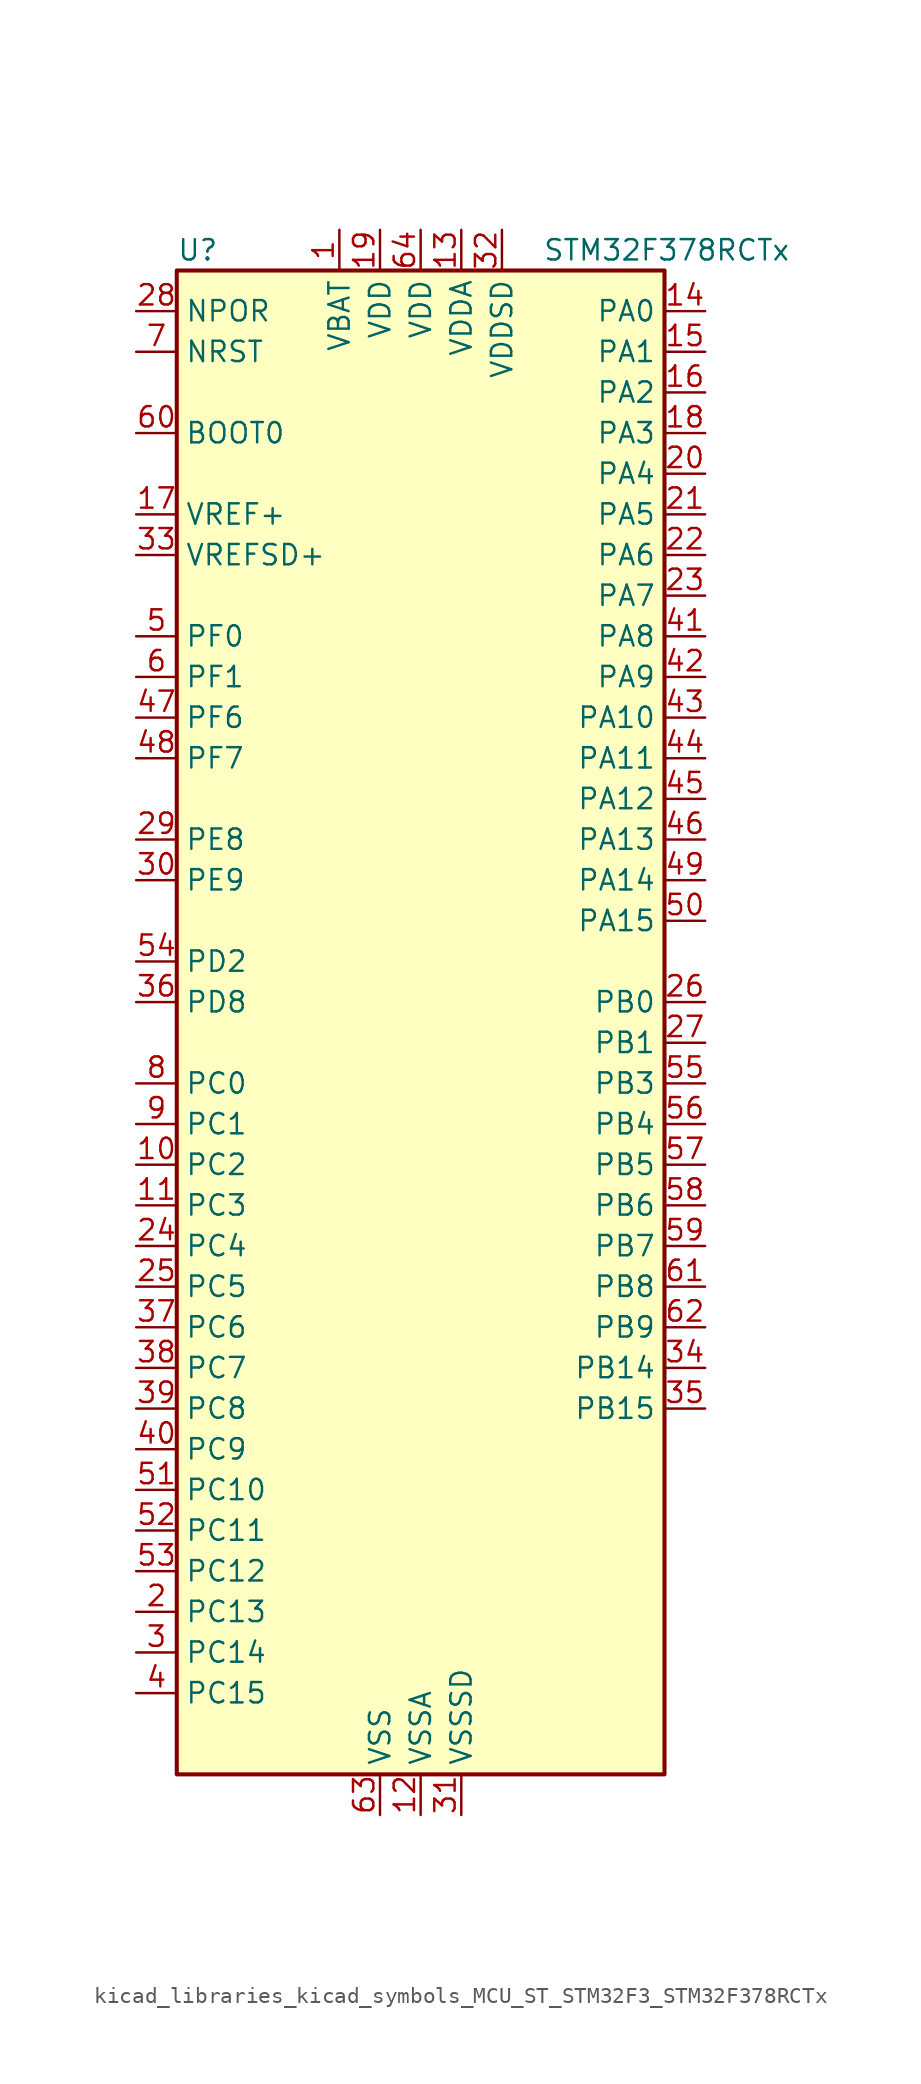
<source format=kicad_sym>
(kicad_symbol_lib
  (version 20220914)
  (generator kicad_symbol_editor)
  (symbol "kicad_libraries_kicad_symbols_MCU_ST_STM32F3_STM32F378RCTx"
    (property "Reference" "U"
      (at -15.24 49.53 0)
      (effects (font (size 1.27 1.27)) (justify left)))
    (property "Value" "STM32F378RCTx"
      (at 7.62 49.53 0)
      (effects (font (size 1.27 1.27)) (justify left)))
    (property "ki_locked" ""
      (at 0 0 0)
      (effects (font (size 1.27 1.27))))
    (symbol "kicad_libraries_kicad_symbols_MCU_ST_STM32F3_STM32F378RCTx_0_1"
      (rectangle (start -15.24 -45.72) (end 15.24 48.26) (stroke (width 0.254) (type default)) (fill (type background))))
    (symbol "kicad_libraries_kicad_symbols_MCU_ST_STM32F3_STM32F378RCTx_1_1"
      (pin power_in line (at -5.08 50.8 270) (length 2.54) (name "VBAT" (effects (font (size 1.27 1.27)))) (number "1" (effects (font (size 1.27 1.27)))))
      (pin bidirectional line (at -17.78 -7.62 0) (length 2.54) (name "PC2" (effects (font (size 1.27 1.27)))) (number "10" (effects (font (size 1.27 1.27)))) (alternate "ADC1_IN12" bidirectional line) (alternate "I2S2_MCK" bidirectional line) (alternate "SPI2_MISO" bidirectional line) (alternate "TIM5_CH3" bidirectional line))
      (pin bidirectional line (at -17.78 -10.16 0) (length 2.54) (name "PC3" (effects (font (size 1.27 1.27)))) (number "11" (effects (font (size 1.27 1.27)))) (alternate "ADC1_IN13" bidirectional line) (alternate "I2S2_SD" bidirectional line) (alternate "SPI2_MOSI" bidirectional line) (alternate "TIM5_CH4" bidirectional line))
      (pin power_in line (at 0 -48.26 90) (length 2.54) (name "VSSA" (effects (font (size 1.27 1.27)))) (number "12" (effects (font (size 1.27 1.27)))))
      (pin power_in line (at 2.54 50.8 270) (length 2.54) (name "VDDA" (effects (font (size 1.27 1.27)))) (number "13" (effects (font (size 1.27 1.27)))))
      (pin bidirectional line (at 17.78 45.72 180) (length 2.54) (name "PA0" (effects (font (size 1.27 1.27)))) (number "14" (effects (font (size 1.27 1.27)))) (alternate "ADC1_IN0" bidirectional line) (alternate "COMP1_INM" bidirectional line) (alternate "COMP1_OUT" bidirectional line) (alternate "RTC_TAMP2" bidirectional line) (alternate "SYS_WKUP1" bidirectional line) (alternate "TIM19_CH1" bidirectional line) (alternate "TIM2_CH1" bidirectional line) (alternate "TIM2_ETR" bidirectional line) (alternate "TIM5_CH1" bidirectional line) (alternate "TIM5_ETR" bidirectional line) (alternate "TSC_G1_IO1" bidirectional line) (alternate "USART2_CTS" bidirectional line))
      (pin bidirectional line (at 17.78 43.18 180) (length 2.54) (name "PA1" (effects (font (size 1.27 1.27)))) (number "15" (effects (font (size 1.27 1.27)))) (alternate "ADC1_IN1" bidirectional line) (alternate "COMP1_INP" bidirectional line) (alternate "I2S3_CK" bidirectional line) (alternate "RTC_REFIN" bidirectional line) (alternate "SPI3_SCK" bidirectional line) (alternate "TIM15_CH1N" bidirectional line) (alternate "TIM19_CH2" bidirectional line) (alternate "TIM2_CH2" bidirectional line) (alternate "TIM5_CH2" bidirectional line) (alternate "TSC_G1_IO2" bidirectional line) (alternate "USART2_DE" bidirectional line) (alternate "USART2_RTS" bidirectional line))
      (pin bidirectional line (at 17.78 40.64 180) (length 2.54) (name "PA2" (effects (font (size 1.27 1.27)))) (number "16" (effects (font (size 1.27 1.27)))) (alternate "ADC1_IN2" bidirectional line) (alternate "COMP2_INM" bidirectional line) (alternate "COMP2_OUT" bidirectional line) (alternate "I2S3_MCK" bidirectional line) (alternate "SPI3_MISO" bidirectional line) (alternate "TIM15_CH1" bidirectional line) (alternate "TIM19_CH3" bidirectional line) (alternate "TIM2_CH3" bidirectional line) (alternate "TIM5_CH3" bidirectional line) (alternate "TSC_G1_IO3" bidirectional line) (alternate "USART2_TX" bidirectional line))
      (pin input line (at -17.78 33.02 0) (length 2.54) (name "VREF+" (effects (font (size 1.27 1.27)))) (number "17" (effects (font (size 1.27 1.27)))))
      (pin bidirectional line (at 17.78 38.1 180) (length 2.54) (name "PA3" (effects (font (size 1.27 1.27)))) (number "18" (effects (font (size 1.27 1.27)))) (alternate "ADC1_IN3" bidirectional line) (alternate "COMP2_INP" bidirectional line) (alternate "I2S3_SD" bidirectional line) (alternate "SPI3_MOSI" bidirectional line) (alternate "TIM15_CH2" bidirectional line) (alternate "TIM19_CH4" bidirectional line) (alternate "TIM2_CH4" bidirectional line) (alternate "TIM5_CH4" bidirectional line) (alternate "TSC_G1_IO4" bidirectional line) (alternate "USART2_RX" bidirectional line))
      (pin power_in line (at -2.54 50.8 270) (length 2.54) (name "VDD" (effects (font (size 1.27 1.27)))) (number "19" (effects (font (size 1.27 1.27)))))
      (pin bidirectional line (at -17.78 -35.56 0) (length 2.54) (name "PC13" (effects (font (size 1.27 1.27)))) (number "2" (effects (font (size 1.27 1.27)))) (alternate "RTC_OUT_ALARM" bidirectional line) (alternate "RTC_OUT_CALIB" bidirectional line) (alternate "RTC_TAMP1" bidirectional line) (alternate "RTC_TS" bidirectional line) (alternate "SYS_WKUP2" bidirectional line))
      (pin bidirectional line (at 17.78 35.56 180) (length 2.54) (name "PA4" (effects (font (size 1.27 1.27)))) (number "20" (effects (font (size 1.27 1.27)))) (alternate "ADC1_IN4" bidirectional line) (alternate "DAC1_OUT1" bidirectional line) (alternate "I2S1_WS" bidirectional line) (alternate "I2S3_WS" bidirectional line) (alternate "SPI1_NSS" bidirectional line) (alternate "SPI3_NSS" bidirectional line) (alternate "TIM12_CH1" bidirectional line) (alternate "TIM3_CH2" bidirectional line) (alternate "TSC_G2_IO1" bidirectional line) (alternate "USART2_CK" bidirectional line))
      (pin bidirectional line (at 17.78 33.02 180) (length 2.54) (name "PA5" (effects (font (size 1.27 1.27)))) (number "21" (effects (font (size 1.27 1.27)))) (alternate "ADC1_IN5" bidirectional line) (alternate "CEC" bidirectional line) (alternate "DAC1_OUT2" bidirectional line) (alternate "I2S1_CK" bidirectional line) (alternate "SPI1_SCK" bidirectional line) (alternate "TIM12_CH2" bidirectional line) (alternate "TIM14_CH1" bidirectional line) (alternate "TIM2_CH1" bidirectional line) (alternate "TIM2_ETR" bidirectional line) (alternate "TSC_G2_IO2" bidirectional line))
      (pin bidirectional line (at 17.78 30.48 180) (length 2.54) (name "PA6" (effects (font (size 1.27 1.27)))) (number "22" (effects (font (size 1.27 1.27)))) (alternate "ADC1_IN6" bidirectional line) (alternate "COMP1_OUT" bidirectional line) (alternate "DAC2_OUT1" bidirectional line) (alternate "I2S1_MCK" bidirectional line) (alternate "SPI1_MISO" bidirectional line) (alternate "TIM13_CH1" bidirectional line) (alternate "TIM16_CH1" bidirectional line) (alternate "TIM3_CH1" bidirectional line) (alternate "TSC_G2_IO3" bidirectional line))
      (pin bidirectional line (at 17.78 27.94 180) (length 2.54) (name "PA7" (effects (font (size 1.27 1.27)))) (number "23" (effects (font (size 1.27 1.27)))) (alternate "ADC1_IN7" bidirectional line) (alternate "COMP2_OUT" bidirectional line) (alternate "I2S1_SD" bidirectional line) (alternate "SPI1_MOSI" bidirectional line) (alternate "TIM14_CH1" bidirectional line) (alternate "TIM17_CH1" bidirectional line) (alternate "TIM3_CH2" bidirectional line) (alternate "TSC_G2_IO4" bidirectional line))
      (pin bidirectional line (at -17.78 -12.7 0) (length 2.54) (name "PC4" (effects (font (size 1.27 1.27)))) (number "24" (effects (font (size 1.27 1.27)))) (alternate "ADC1_IN14" bidirectional line) (alternate "TIM13_CH1" bidirectional line) (alternate "TSC_G3_IO1" bidirectional line) (alternate "USART1_TX" bidirectional line))
      (pin bidirectional line (at -17.78 -15.24 0) (length 2.54) (name "PC5" (effects (font (size 1.27 1.27)))) (number "25" (effects (font (size 1.27 1.27)))) (alternate "ADC1_IN15" bidirectional line) (alternate "TSC_G3_IO2" bidirectional line) (alternate "USART1_RX" bidirectional line))
      (pin bidirectional line (at 17.78 2.54 180) (length 2.54) (name "PB0" (effects (font (size 1.27 1.27)))) (number "26" (effects (font (size 1.27 1.27)))) (alternate "ADC1_IN8" bidirectional line) (alternate "I2S1_SD" bidirectional line) (alternate "SDADC1_AIN6P" bidirectional line) (alternate "SPI1_MOSI" bidirectional line) (alternate "TIM3_CH2" bidirectional line) (alternate "TIM3_CH3" bidirectional line) (alternate "TSC_G3_IO3" bidirectional line))
      (pin bidirectional line (at 17.78 0 180) (length 2.54) (name "PB1" (effects (font (size 1.27 1.27)))) (number "27" (effects (font (size 1.27 1.27)))) (alternate "ADC1_IN9" bidirectional line) (alternate "SDADC1_AIN5P" bidirectional line) (alternate "SDADC1_AIN6M" bidirectional line) (alternate "TIM3_CH4" bidirectional line) (alternate "TSC_G3_IO4" bidirectional line))
      (pin input line (at -17.78 45.72 0) (length 2.54) (name "NPOR" (effects (font (size 1.27 1.27)))) (number "28" (effects (font (size 1.27 1.27)))))
      (pin bidirectional line (at -17.78 12.7 0) (length 2.54) (name "PE8" (effects (font (size 1.27 1.27)))) (number "29" (effects (font (size 1.27 1.27)))) (alternate "SDADC1_AIN8P" bidirectional line) (alternate "SDADC2_AIN8P" bidirectional line))
      (pin bidirectional line (at -17.78 -38.1 0) (length 2.54) (name "PC14" (effects (font (size 1.27 1.27)))) (number "3" (effects (font (size 1.27 1.27)))) (alternate "RCC_OSC32_IN" bidirectional line))
      (pin bidirectional line (at -17.78 10.16 0) (length 2.54) (name "PE9" (effects (font (size 1.27 1.27)))) (number "30" (effects (font (size 1.27 1.27)))) (alternate "DAC1_EXTI9" bidirectional line) (alternate "DAC2_EXTI9" bidirectional line) (alternate "SDADC1_AIN7P" bidirectional line) (alternate "SDADC1_AIN8M" bidirectional line) (alternate "SDADC2_AIN7P" bidirectional line) (alternate "SDADC2_AIN8M" bidirectional line))
      (pin power_in line (at 2.54 -48.26 90) (length 2.54) (name "VSSSD" (effects (font (size 1.27 1.27)))) (number "31" (effects (font (size 1.27 1.27)))))
      (pin power_in line (at 5.08 50.8 270) (length 2.54) (name "VDDSD" (effects (font (size 1.27 1.27)))) (number "32" (effects (font (size 1.27 1.27)))))
      (pin input line (at -17.78 30.48 0) (length 2.54) (name "VREFSD+" (effects (font (size 1.27 1.27)))) (number "33" (effects (font (size 1.27 1.27)))))
      (pin bidirectional line (at 17.78 -20.32 180) (length 2.54) (name "PB14" (effects (font (size 1.27 1.27)))) (number "34" (effects (font (size 1.27 1.27)))) (alternate "I2S2_MCK" bidirectional line) (alternate "SDADC3_AIN8P" bidirectional line) (alternate "SPI2_MISO" bidirectional line) (alternate "TIM12_CH1" bidirectional line) (alternate "TIM15_CH1" bidirectional line) (alternate "TSC_G6_IO1" bidirectional line) (alternate "USART3_DE" bidirectional line) (alternate "USART3_RTS" bidirectional line))
      (pin bidirectional line (at 17.78 -22.86 180) (length 2.54) (name "PB15" (effects (font (size 1.27 1.27)))) (number "35" (effects (font (size 1.27 1.27)))) (alternate "ADC1_EXTI15" bidirectional line) (alternate "I2S2_SD" bidirectional line) (alternate "RTC_REFIN" bidirectional line) (alternate "SDADC1_EXTI15" bidirectional line) (alternate "SDADC2_EXTI15" bidirectional line) (alternate "SDADC3_AIN7P" bidirectional line) (alternate "SDADC3_AIN8M" bidirectional line) (alternate "SDADC3_EXTI15" bidirectional line) (alternate "SPI2_MOSI" bidirectional line) (alternate "TIM12_CH2" bidirectional line) (alternate "TIM15_CH1N" bidirectional line) (alternate "TIM15_CH2" bidirectional line) (alternate "TSC_G6_IO2" bidirectional line))
      (pin bidirectional line (at -17.78 2.54 0) (length 2.54) (name "PD8" (effects (font (size 1.27 1.27)))) (number "36" (effects (font (size 1.27 1.27)))) (alternate "I2S2_CK" bidirectional line) (alternate "SDADC3_AIN6P" bidirectional line) (alternate "SPI2_SCK" bidirectional line) (alternate "TSC_G6_IO3" bidirectional line) (alternate "USART3_TX" bidirectional line))
      (pin bidirectional line (at -17.78 -17.78 0) (length 2.54) (name "PC6" (effects (font (size 1.27 1.27)))) (number "37" (effects (font (size 1.27 1.27)))) (alternate "I2S1_WS" bidirectional line) (alternate "SPI1_NSS" bidirectional line) (alternate "TIM3_CH1" bidirectional line))
      (pin bidirectional line (at -17.78 -20.32 0) (length 2.54) (name "PC7" (effects (font (size 1.27 1.27)))) (number "38" (effects (font (size 1.27 1.27)))) (alternate "I2S1_CK" bidirectional line) (alternate "SPI1_SCK" bidirectional line) (alternate "TIM3_CH2" bidirectional line))
      (pin bidirectional line (at -17.78 -22.86 0) (length 2.54) (name "PC8" (effects (font (size 1.27 1.27)))) (number "39" (effects (font (size 1.27 1.27)))) (alternate "I2S1_MCK" bidirectional line) (alternate "SPI1_MISO" bidirectional line) (alternate "TIM3_CH3" bidirectional line))
      (pin bidirectional line (at -17.78 -40.64 0) (length 2.54) (name "PC15" (effects (font (size 1.27 1.27)))) (number "4" (effects (font (size 1.27 1.27)))) (alternate "ADC1_EXTI15" bidirectional line) (alternate "RCC_OSC32_OUT" bidirectional line) (alternate "SDADC1_EXTI15" bidirectional line) (alternate "SDADC2_EXTI15" bidirectional line) (alternate "SDADC3_EXTI15" bidirectional line))
      (pin bidirectional line (at -17.78 -25.4 0) (length 2.54) (name "PC9" (effects (font (size 1.27 1.27)))) (number "40" (effects (font (size 1.27 1.27)))) (alternate "DAC1_EXTI9" bidirectional line) (alternate "DAC2_EXTI9" bidirectional line) (alternate "I2S1_SD" bidirectional line) (alternate "SPI1_MOSI" bidirectional line) (alternate "TIM3_CH4" bidirectional line))
      (pin bidirectional line (at 17.78 25.4 180) (length 2.54) (name "PA8" (effects (font (size 1.27 1.27)))) (number "41" (effects (font (size 1.27 1.27)))) (alternate "I2C2_SMBA" bidirectional line) (alternate "I2S2_CK" bidirectional line) (alternate "RCC_MCO" bidirectional line) (alternate "SPI2_SCK" bidirectional line) (alternate "TIM4_ETR" bidirectional line) (alternate "TIM5_CH1" bidirectional line) (alternate "TIM5_ETR" bidirectional line) (alternate "USART1_CK" bidirectional line))
      (pin bidirectional line (at 17.78 22.86 180) (length 2.54) (name "PA9" (effects (font (size 1.27 1.27)))) (number "42" (effects (font (size 1.27 1.27)))) (alternate "DAC1_EXTI9" bidirectional line) (alternate "DAC2_EXTI9" bidirectional line) (alternate "I2C2_SCL" bidirectional line) (alternate "I2S2_MCK" bidirectional line) (alternate "SPI2_MISO" bidirectional line) (alternate "TIM13_CH1" bidirectional line) (alternate "TIM15_BKIN" bidirectional line) (alternate "TIM2_CH3" bidirectional line) (alternate "TSC_G4_IO1" bidirectional line) (alternate "USART1_TX" bidirectional line))
      (pin bidirectional line (at 17.78 20.32 180) (length 2.54) (name "PA10" (effects (font (size 1.27 1.27)))) (number "43" (effects (font (size 1.27 1.27)))) (alternate "I2C2_SDA" bidirectional line) (alternate "I2S2_SD" bidirectional line) (alternate "SPI2_MOSI" bidirectional line) (alternate "TIM14_CH1" bidirectional line) (alternate "TIM17_BKIN" bidirectional line) (alternate "TIM2_CH4" bidirectional line) (alternate "TSC_G4_IO2" bidirectional line) (alternate "USART1_RX" bidirectional line))
      (pin bidirectional line (at 17.78 17.78 180) (length 2.54) (name "PA11" (effects (font (size 1.27 1.27)))) (number "44" (effects (font (size 1.27 1.27)))) (alternate "ADC1_EXTI11" bidirectional line) (alternate "CAN_RX" bidirectional line) (alternate "COMP1_OUT" bidirectional line) (alternate "I2S1_WS" bidirectional line) (alternate "I2S2_WS" bidirectional line) (alternate "SDADC1_EXTI11" bidirectional line) (alternate "SDADC2_EXTI11" bidirectional line) (alternate "SDADC3_EXTI11" bidirectional line) (alternate "SPI1_NSS" bidirectional line) (alternate "SPI2_NSS" bidirectional line) (alternate "TIM4_CH1" bidirectional line) (alternate "TIM5_CH2" bidirectional line) (alternate "USART1_CTS" bidirectional line))
      (pin bidirectional line (at 17.78 15.24 180) (length 2.54) (name "PA12" (effects (font (size 1.27 1.27)))) (number "45" (effects (font (size 1.27 1.27)))) (alternate "CAN_TX" bidirectional line) (alternate "COMP2_OUT" bidirectional line) (alternate "I2S1_CK" bidirectional line) (alternate "SPI1_SCK" bidirectional line) (alternate "TIM16_CH1" bidirectional line) (alternate "TIM4_CH2" bidirectional line) (alternate "TIM5_CH3" bidirectional line) (alternate "USART1_DE" bidirectional line) (alternate "USART1_RTS" bidirectional line))
      (pin bidirectional line (at 17.78 12.7 180) (length 2.54) (name "PA13" (effects (font (size 1.27 1.27)))) (number "46" (effects (font (size 1.27 1.27)))) (alternate "I2S1_MCK" bidirectional line) (alternate "IR_OUT" bidirectional line) (alternate "SPI1_MISO" bidirectional line) (alternate "SYS_JTMS-SWDIO" bidirectional line) (alternate "TIM16_CH1N" bidirectional line) (alternate "TIM4_CH3" bidirectional line) (alternate "TIM5_CH4" bidirectional line) (alternate "TSC_G4_IO3" bidirectional line) (alternate "USART3_CTS" bidirectional line))
      (pin bidirectional line (at -17.78 20.32 0) (length 2.54) (name "PF6" (effects (font (size 1.27 1.27)))) (number "47" (effects (font (size 1.27 1.27)))) (alternate "I2C2_SCL" bidirectional line) (alternate "I2S1_SD" bidirectional line) (alternate "SPI1_MOSI" bidirectional line) (alternate "TIM4_CH4" bidirectional line) (alternate "USART3_DE" bidirectional line) (alternate "USART3_RTS" bidirectional line))
      (pin bidirectional line (at -17.78 17.78 0) (length 2.54) (name "PF7" (effects (font (size 1.27 1.27)))) (number "48" (effects (font (size 1.27 1.27)))) (alternate "I2C2_SDA" bidirectional line) (alternate "USART2_CK" bidirectional line))
      (pin bidirectional line (at 17.78 10.16 180) (length 2.54) (name "PA14" (effects (font (size 1.27 1.27)))) (number "49" (effects (font (size 1.27 1.27)))) (alternate "I2C1_SDA" bidirectional line) (alternate "SYS_JTCK-SWCLK" bidirectional line) (alternate "TIM12_CH1" bidirectional line) (alternate "TSC_G4_IO4" bidirectional line))
      (pin bidirectional line (at -17.78 25.4 0) (length 2.54) (name "PF0" (effects (font (size 1.27 1.27)))) (number "5" (effects (font (size 1.27 1.27)))) (alternate "I2C2_SDA" bidirectional line) (alternate "RCC_OSC_IN" bidirectional line))
      (pin bidirectional line (at 17.78 7.62 180) (length 2.54) (name "PA15" (effects (font (size 1.27 1.27)))) (number "50" (effects (font (size 1.27 1.27)))) (alternate "ADC1_EXTI15" bidirectional line) (alternate "I2C1_SCL" bidirectional line) (alternate "I2S1_WS" bidirectional line) (alternate "I2S3_WS" bidirectional line) (alternate "SDADC1_EXTI15" bidirectional line) (alternate "SDADC2_EXTI15" bidirectional line) (alternate "SDADC3_EXTI15" bidirectional line) (alternate "SPI1_NSS" bidirectional line) (alternate "SPI3_NSS" bidirectional line) (alternate "SYS_JTDI" bidirectional line) (alternate "TIM12_CH2" bidirectional line) (alternate "TIM2_CH1" bidirectional line) (alternate "TIM2_ETR" bidirectional line) (alternate "TSC_SYNC" bidirectional line))
      (pin bidirectional line (at -17.78 -27.94 0) (length 2.54) (name "PC10" (effects (font (size 1.27 1.27)))) (number "51" (effects (font (size 1.27 1.27)))) (alternate "I2S3_CK" bidirectional line) (alternate "SPI3_SCK" bidirectional line) (alternate "TIM19_CH1" bidirectional line) (alternate "USART3_TX" bidirectional line))
      (pin bidirectional line (at -17.78 -30.48 0) (length 2.54) (name "PC11" (effects (font (size 1.27 1.27)))) (number "52" (effects (font (size 1.27 1.27)))) (alternate "ADC1_EXTI11" bidirectional line) (alternate "I2S3_MCK" bidirectional line) (alternate "SDADC1_EXTI11" bidirectional line) (alternate "SDADC2_EXTI11" bidirectional line) (alternate "SDADC3_EXTI11" bidirectional line) (alternate "SPI3_MISO" bidirectional line) (alternate "TIM19_CH2" bidirectional line) (alternate "USART3_RX" bidirectional line))
      (pin bidirectional line (at -17.78 -33.02 0) (length 2.54) (name "PC12" (effects (font (size 1.27 1.27)))) (number "53" (effects (font (size 1.27 1.27)))) (alternate "I2S3_SD" bidirectional line) (alternate "SPI3_MOSI" bidirectional line) (alternate "TIM19_CH3" bidirectional line) (alternate "USART3_CK" bidirectional line))
      (pin bidirectional line (at -17.78 5.08 0) (length 2.54) (name "PD2" (effects (font (size 1.27 1.27)))) (number "54" (effects (font (size 1.27 1.27)))) (alternate "TIM3_ETR" bidirectional line))
      (pin bidirectional line (at 17.78 -2.54 180) (length 2.54) (name "PB3" (effects (font (size 1.27 1.27)))) (number "55" (effects (font (size 1.27 1.27)))) (alternate "I2S1_CK" bidirectional line) (alternate "I2S3_CK" bidirectional line) (alternate "SPI1_SCK" bidirectional line) (alternate "SPI3_SCK" bidirectional line) (alternate "SYS_JTDO-TRACESWO" bidirectional line) (alternate "TIM13_CH1" bidirectional line) (alternate "TIM2_CH2" bidirectional line) (alternate "TIM3_ETR" bidirectional line) (alternate "TIM4_ETR" bidirectional line) (alternate "TSC_G5_IO1" bidirectional line) (alternate "USART2_TX" bidirectional line))
      (pin bidirectional line (at 17.78 -5.08 180) (length 2.54) (name "PB4" (effects (font (size 1.27 1.27)))) (number "56" (effects (font (size 1.27 1.27)))) (alternate "I2S1_MCK" bidirectional line) (alternate "I2S3_MCK" bidirectional line) (alternate "SPI1_MISO" bidirectional line) (alternate "SPI3_MISO" bidirectional line) (alternate "SYS_NJTRST" bidirectional line) (alternate "TIM15_CH1N" bidirectional line) (alternate "TIM16_CH1" bidirectional line) (alternate "TIM17_BKIN" bidirectional line) (alternate "TIM3_CH1" bidirectional line) (alternate "TSC_G5_IO2" bidirectional line) (alternate "USART2_RX" bidirectional line))
      (pin bidirectional line (at 17.78 -7.62 180) (length 2.54) (name "PB5" (effects (font (size 1.27 1.27)))) (number "57" (effects (font (size 1.27 1.27)))) (alternate "I2C1_SMBA" bidirectional line) (alternate "I2S1_SD" bidirectional line) (alternate "I2S3_SD" bidirectional line) (alternate "SPI1_MOSI" bidirectional line) (alternate "SPI3_MOSI" bidirectional line) (alternate "TIM16_BKIN" bidirectional line) (alternate "TIM17_CH1" bidirectional line) (alternate "TIM19_ETR" bidirectional line) (alternate "TIM3_CH2" bidirectional line) (alternate "USART2_CK" bidirectional line))
      (pin bidirectional line (at 17.78 -10.16 180) (length 2.54) (name "PB6" (effects (font (size 1.27 1.27)))) (number "58" (effects (font (size 1.27 1.27)))) (alternate "I2C1_SCL" bidirectional line) (alternate "TIM15_CH1" bidirectional line) (alternate "TIM16_CH1N" bidirectional line) (alternate "TIM19_CH1" bidirectional line) (alternate "TIM3_CH3" bidirectional line) (alternate "TIM4_CH1" bidirectional line) (alternate "TSC_G5_IO3" bidirectional line) (alternate "USART1_TX" bidirectional line))
      (pin bidirectional line (at 17.78 -12.7 180) (length 2.54) (name "PB7" (effects (font (size 1.27 1.27)))) (number "59" (effects (font (size 1.27 1.27)))) (alternate "I2C1_SDA" bidirectional line) (alternate "TIM15_CH2" bidirectional line) (alternate "TIM17_CH1N" bidirectional line) (alternate "TIM19_CH2" bidirectional line) (alternate "TIM3_CH4" bidirectional line) (alternate "TIM4_CH2" bidirectional line) (alternate "TSC_G5_IO4" bidirectional line) (alternate "USART1_RX" bidirectional line))
      (pin bidirectional line (at -17.78 22.86 0) (length 2.54) (name "PF1" (effects (font (size 1.27 1.27)))) (number "6" (effects (font (size 1.27 1.27)))) (alternate "I2C2_SCL" bidirectional line) (alternate "RCC_OSC_OUT" bidirectional line))
      (pin input line (at -17.78 38.1 0) (length 2.54) (name "BOOT0" (effects (font (size 1.27 1.27)))) (number "60" (effects (font (size 1.27 1.27)))))
      (pin bidirectional line (at 17.78 -15.24 180) (length 2.54) (name "PB8" (effects (font (size 1.27 1.27)))) (number "61" (effects (font (size 1.27 1.27)))) (alternate "CAN_RX" bidirectional line) (alternate "CEC" bidirectional line) (alternate "COMP1_OUT" bidirectional line) (alternate "I2C1_SCL" bidirectional line) (alternate "I2S2_CK" bidirectional line) (alternate "SPI2_SCK" bidirectional line) (alternate "TIM16_CH1" bidirectional line) (alternate "TIM19_CH3" bidirectional line) (alternate "TIM4_CH3" bidirectional line) (alternate "TSC_SYNC" bidirectional line) (alternate "USART3_TX" bidirectional line))
      (pin bidirectional line (at 17.78 -17.78 180) (length 2.54) (name "PB9" (effects (font (size 1.27 1.27)))) (number "62" (effects (font (size 1.27 1.27)))) (alternate "CAN_TX" bidirectional line) (alternate "COMP2_OUT" bidirectional line) (alternate "DAC1_EXTI9" bidirectional line) (alternate "DAC2_EXTI9" bidirectional line) (alternate "I2C1_SDA" bidirectional line) (alternate "I2S2_WS" bidirectional line) (alternate "IR_OUT" bidirectional line) (alternate "SPI2_NSS" bidirectional line) (alternate "TIM17_CH1" bidirectional line) (alternate "TIM19_CH4" bidirectional line) (alternate "TIM4_CH4" bidirectional line) (alternate "USART3_RX" bidirectional line))
      (pin power_in line (at -2.54 -48.26 90) (length 2.54) (name "VSS" (effects (font (size 1.27 1.27)))) (number "63" (effects (font (size 1.27 1.27)))))
      (pin power_in line (at 0 50.8 270) (length 2.54) (name "VDD" (effects (font (size 1.27 1.27)))) (number "64" (effects (font (size 1.27 1.27)))))
      (pin input line (at -17.78 43.18 0) (length 2.54) (name "NRST" (effects (font (size 1.27 1.27)))) (number "7" (effects (font (size 1.27 1.27)))))
      (pin bidirectional line (at -17.78 -2.54 0) (length 2.54) (name "PC0" (effects (font (size 1.27 1.27)))) (number "8" (effects (font (size 1.27 1.27)))) (alternate "ADC1_IN10" bidirectional line) (alternate "TIM5_CH1" bidirectional line) (alternate "TIM5_ETR" bidirectional line))
      (pin bidirectional line (at -17.78 -5.08 0) (length 2.54) (name "PC1" (effects (font (size 1.27 1.27)))) (number "9" (effects (font (size 1.27 1.27)))) (alternate "ADC1_IN11" bidirectional line) (alternate "TIM5_CH2" bidirectional line)))))
</source>
